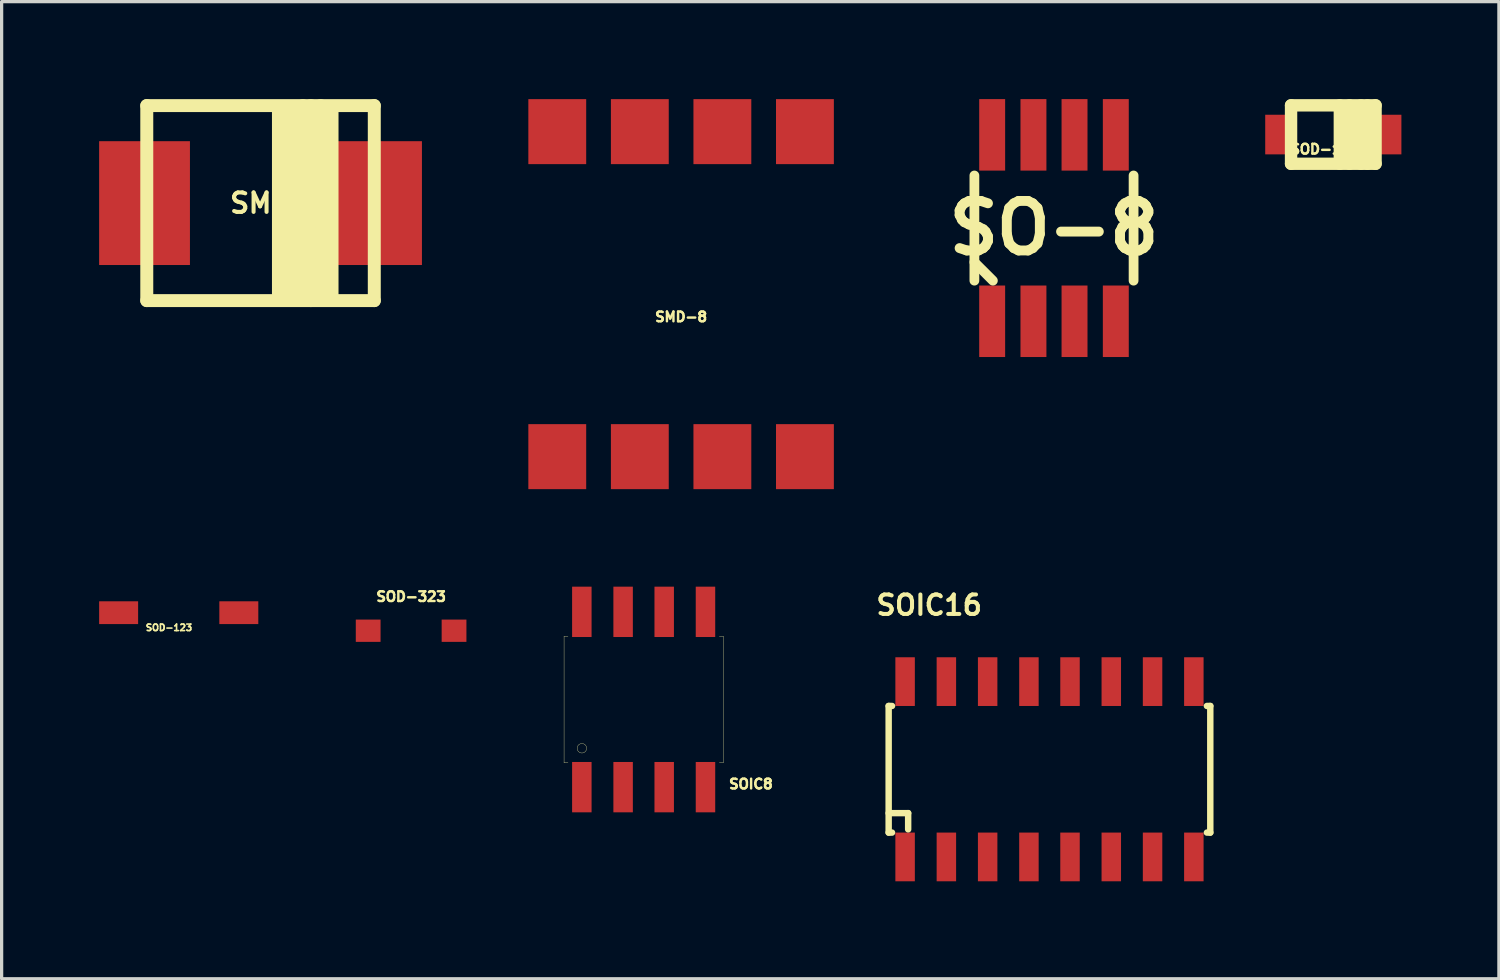
<source format=kicad_pcb>
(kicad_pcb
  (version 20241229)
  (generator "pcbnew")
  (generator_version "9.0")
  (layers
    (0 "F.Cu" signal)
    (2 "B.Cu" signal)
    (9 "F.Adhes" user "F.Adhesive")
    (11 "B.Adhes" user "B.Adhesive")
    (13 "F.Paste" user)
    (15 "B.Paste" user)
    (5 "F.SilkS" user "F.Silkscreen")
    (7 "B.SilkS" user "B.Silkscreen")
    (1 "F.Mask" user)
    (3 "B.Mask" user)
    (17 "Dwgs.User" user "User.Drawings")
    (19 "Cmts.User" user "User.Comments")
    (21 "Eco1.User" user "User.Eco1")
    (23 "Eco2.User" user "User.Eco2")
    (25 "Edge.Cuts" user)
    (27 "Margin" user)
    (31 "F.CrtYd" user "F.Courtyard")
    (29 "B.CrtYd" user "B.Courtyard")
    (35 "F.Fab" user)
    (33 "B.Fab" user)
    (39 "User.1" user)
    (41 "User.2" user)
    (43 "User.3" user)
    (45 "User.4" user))
  (footprint "SMC"
    (layer "F.Cu")
    (at 4.966 3.199)
    (property "Reference" "SMC" (at 0 0 0) (layer "F.SilkS") (effects (font (size 0.599 0.599) (thickness 0.124))))
    (attr through_hole)
    (fp_line (start -3.5 -3) (end 3.5 -3) (stroke (width 0.399) (type solid)) (layer "F.SilkS"))
    (fp_line (start -3.5 3) (end -3.5 -3) (stroke (width 0.399) (type solid)) (layer "F.SilkS"))
    (fp_line (start 0.551 2.949) (end 0.551 -2.949) (stroke (width 0.399) (type solid)) (layer "F.SilkS"))
    (fp_line (start 0.8 -2.949) (end 0.851 2.799) (stroke (width 0.399) (type solid)) (layer "F.SilkS"))
    (fp_line (start 1.151 -2.949) (end 1.151 2.85) (stroke (width 0.399) (type solid)) (layer "F.SilkS"))
    (fp_line (start 1.3 -3) (end 1.3 2.85) (stroke (width 0.399) (type solid)) (layer "F.SilkS"))
    (fp_line (start 1.549 3) (end 1.549 -3) (stroke (width 0.399) (type solid)) (layer "F.SilkS"))
    (fp_line (start 1.849 -3) (end 1.9 2.901) (stroke (width 0.399) (type solid)) (layer "F.SilkS"))
    (fp_line (start 2.2 -2.949) (end 2.2 2.949) (stroke (width 0.399) (type solid)) (layer "F.SilkS"))
    (fp_line (start 3.5 -3) (end 3.5 3) (stroke (width 0.399) (type solid)) (layer "F.SilkS"))
    (fp_line (start 3.5 3) (end -3.5 3) (stroke (width 0.399) (type solid)) (layer "F.SilkS"))
    (pad "1" smd rect (at -3.569 0) (size 2.794 3.81) (layers "F.Cu" "F.Mask" "F.Paste"))
    (pad "2" smd rect (at 3.569 0) (size 2.794 3.81) (layers "F.Cu" "F.Mask" "F.Paste")))
  (footprint "SOD-323"
    (layer "F.Cu")
    (at 9.599 16.356)
    (property "Reference" "SOD-323" (at 0 -1.049 0) (layer "F.SilkS") (effects (font (size 0.3 0.3) (thickness 0.076))))
    (attr through_hole)
    (fp_line (start -0.899 -0.701) (end 0.899 -0.701) (stroke (width 0.001) (type solid)) (layer "F.SilkS"))
    (fp_line (start -0.899 0.701) (end -0.899 -0.701) (stroke (width 0.001) (type solid)) (layer "F.SilkS"))
    (fp_line (start 0.45 -0.701) (end 0.45 0.701) (stroke (width 0.001) (type solid)) (layer "F.SilkS"))
    (fp_line (start 0.551 0.701) (end 0.551 -0.701) (stroke (width 0.001) (type solid)) (layer "F.SilkS"))
    (fp_line (start 0.65 -0.701) (end 0.65 0.701) (stroke (width 0.001) (type solid)) (layer "F.SilkS"))
    (fp_line (start 0.749 0.701) (end 0.749 -0.701) (stroke (width 0.001) (type solid)) (layer "F.SilkS"))
    (fp_line (start 0.851 -0.701) (end 0.851 0.701) (stroke (width 0.001) (type solid)) (layer "F.SilkS"))
    (fp_line (start 0.899 -0.701) (end 0.899 0.701) (stroke (width 0.001) (type solid)) (layer "F.SilkS"))
    (fp_line (start 0.899 0.701) (end -0.899 0.701) (stroke (width 0.001) (type solid)) (layer "F.SilkS"))
    (pad "1" smd rect (at -1.321 0) (size 0.762 0.686) (layers "F.Cu" "F.Mask" "F.Paste"))
    (pad "2" smd rect (at 1.321 0) (size 0.762 0.686) (layers "F.Cu" "F.Mask" "F.Paste")))
  (footprint "SO-8"
    (layer "F.Cu")
    (at 29.379 3.967)
    (property "Reference" "SO-8" (at 0 0 0) (layer "F.SilkS") (effects (font (size 1.524 1.524) (thickness 0.305))))
    (attr through_hole)
    (fp_line (start -2.449 -1.618) (end -2.449 1.618) (stroke (width 0.3) (type solid)) (layer "F.SilkS"))
    (fp_line (start -2.449 1.049) (end -1.88 1.618) (stroke (width 0.3) (type solid)) (layer "F.SilkS"))
    (fp_line (start 2.449 -1.618) (end 2.449 1.618) (stroke (width 0.3) (type solid)) (layer "F.SilkS"))
    (pad "1" smd rect (at -1.902 2.868 180) (size 0.798 2.2) (layers "F.Cu" "F.Mask" "F.Paste"))
    (pad "2" smd rect (at -0.632 2.868 180) (size 0.798 2.2) (layers "F.Cu" "F.Mask" "F.Paste"))
    (pad "3" smd rect (at 0.632 2.868 180) (size 0.798 2.2) (layers "F.Cu" "F.Mask" "F.Paste"))
    (pad "4" smd rect (at 1.902 2.868 180) (size 0.798 2.2) (layers "F.Cu" "F.Mask" "F.Paste"))
    (pad "5" smd rect (at 1.902 -2.868) (size 0.798 2.2) (layers "F.Cu" "F.Mask" "F.Paste"))
    (pad "6" smd rect (at 0.632 -2.868) (size 0.798 2.2) (layers "F.Cu" "F.Mask" "F.Paste"))
    (pad "7" smd rect (at -0.632 -2.868) (size 0.798 2.2) (layers "F.Cu" "F.Mask" "F.Paste"))
    (pad "8" smd rect (at -1.902 -2.868) (size 0.798 2.2) (layers "F.Cu" "F.Mask" "F.Paste")))
  (footprint "SOD-123"
    (layer "F.Cu")
    (at 2.449 15.801)
    (property "Reference" "SOD-123" (at -0.3 0.46 0) (layer "F.SilkS") (effects (font (size 0.2 0.2) (thickness 0.05))))
    (attr smd)
    (fp_line (start -1.349 -0.8) (end 1.349 -0.8) (stroke (width 0.001) (type solid)) (layer "F.SilkS"))
    (fp_line (start -1.349 0.8) (end -1.349 -0.8) (stroke (width 0.001) (type solid)) (layer "F.SilkS"))
    (fp_line (start 0.3 -0.8) (end 0.3 0.8) (stroke (width 0.001) (type solid)) (layer "F.SilkS"))
    (fp_line (start 0.399 -0.8) (end 0.399 0.8) (stroke (width 0.001) (type solid)) (layer "F.SilkS"))
    (fp_line (start 0.5 0.8) (end 0.5 -0.8) (stroke (width 0.001) (type solid)) (layer "F.SilkS"))
    (fp_line (start 0.599 -0.8) (end 0.599 0.8) (stroke (width 0.001) (type solid)) (layer "F.SilkS"))
    (fp_line (start 0.701 0.8) (end 0.701 -0.8) (stroke (width 0.001) (type solid)) (layer "F.SilkS"))
    (fp_line (start 0.8 -0.8) (end 0.8 0.8) (stroke (width 0.001) (type solid)) (layer "F.SilkS"))
    (fp_line (start 0.899 0.8) (end 0.899 -0.8) (stroke (width 0.001) (type solid)) (layer "F.SilkS"))
    (fp_line (start 1.001 -0.8) (end 1.001 0.8) (stroke (width 0.001) (type solid)) (layer "F.SilkS"))
    (fp_line (start 1.1 0.8) (end 1.1 -0.8) (stroke (width 0.001) (type solid)) (layer "F.SilkS"))
    (fp_line (start 1.199 0.8) (end 1.199 -0.8) (stroke (width 0.001) (type solid)) (layer "F.SilkS"))
    (fp_line (start 1.3 -0.8) (end 1.3 0.749) (stroke (width 0.001) (type solid)) (layer "F.SilkS"))
    (fp_line (start 1.349 -0.8) (end 1.349 0.8) (stroke (width 0.001) (type solid)) (layer "F.SilkS"))
    (fp_line (start 1.349 0.8) (end -1.349 0.8) (stroke (width 0.001) (type solid)) (layer "F.SilkS"))
    (pad "1" smd rect (at -1.849 0) (size 1.199 0.701) (layers "F.Cu" "F.Mask" "F.Paste"))
    (pad "2" smd rect (at 1.849 0) (size 1.199 0.701) (layers "F.Cu" "F.Mask" "F.Paste")))
  (footprint "SOIC16"
    (layer "F.Cu")
    (at 29.24 20.619)
    (property "Reference" "SOIC16" (at -3.701 -5.05 0) (layer "F.SilkS") (effects (font (size 0.599 0.599) (thickness 0.124))))
    (attr through_hole)
    (fp_line (start -4.948 -1.948) (end -4.948 1.948) (stroke (width 0.198) (type solid)) (layer "F.SilkS"))
    (fp_line (start -4.948 -1.948) (end -4.844 -1.948) (stroke (width 0.198) (type solid)) (layer "F.SilkS"))
    (fp_line (start -4.948 1.349) (end -4.348 1.349) (stroke (width 0.198) (type solid)) (layer "F.SilkS"))
    (fp_line (start -4.948 1.948) (end -4.844 1.948) (stroke (width 0.198) (type solid)) (layer "F.SilkS"))
    (fp_line (start -4.348 1.349) (end -4.348 1.849) (stroke (width 0.198) (type solid)) (layer "F.SilkS"))
    (fp_line (start 4.844 -1.948) (end 4.948 -1.948) (stroke (width 0.198) (type solid)) (layer "F.SilkS"))
    (fp_line (start 4.844 1.948) (end 4.948 1.948) (stroke (width 0.198) (type solid)) (layer "F.SilkS"))
    (fp_line (start 4.948 -1.948) (end 4.948 1.948) (stroke (width 0.198) (type solid)) (layer "F.SilkS"))
    (pad "1" smd rect (at -4.442 2.697 180) (size 0.599 1.499) (layers "F.Cu" "F.Mask" "F.Paste"))
    (pad "2" smd rect (at -3.172 2.697 180) (size 0.599 1.499) (layers "F.Cu" "F.Mask" "F.Paste"))
    (pad "3" smd rect (at -1.902 2.697 180) (size 0.599 1.499) (layers "F.Cu" "F.Mask" "F.Paste"))
    (pad "4" smd rect (at -0.632 2.697 180) (size 0.599 1.499) (layers "F.Cu" "F.Mask" "F.Paste"))
    (pad "5" smd rect (at 0.632 2.697 180) (size 0.599 1.499) (layers "F.Cu" "F.Mask" "F.Paste"))
    (pad "6" smd rect (at 1.902 2.697 180) (size 0.599 1.499) (layers "F.Cu" "F.Mask" "F.Paste"))
    (pad "7" smd rect (at 3.172 2.697 180) (size 0.599 1.499) (layers "F.Cu" "F.Mask" "F.Paste"))
    (pad "8" smd rect (at 4.442 2.697 180) (size 0.599 1.499) (layers "F.Cu" "F.Mask" "F.Paste"))
    (pad "9" smd rect (at 4.442 -2.697) (size 0.599 1.499) (layers "F.Cu" "F.Mask" "F.Paste"))
    (pad "10" smd rect (at 3.172 -2.697) (size 0.599 1.499) (layers "F.Cu" "F.Mask" "F.Paste"))
    (pad "11" smd rect (at 1.902 -2.697) (size 0.599 1.499) (layers "F.Cu" "F.Mask" "F.Paste"))
    (pad "12" smd rect (at 0.632 -2.697) (size 0.599 1.499) (layers "F.Cu" "F.Mask" "F.Paste"))
    (pad "13" smd rect (at -0.632 -2.697) (size 0.599 1.499) (layers "F.Cu" "F.Mask" "F.Paste"))
    (pad "14" smd rect (at -1.902 -2.697) (size 0.599 1.499) (layers "F.Cu" "F.Mask" "F.Paste"))
    (pad "15" smd rect (at -3.172 -2.697) (size 0.599 1.499) (layers "F.Cu" "F.Mask" "F.Paste"))
    (pad "16" smd rect (at -4.442 -2.697) (size 0.599 1.499) (layers "F.Cu" "F.Mask" "F.Paste")))
  (footprint "SMD-8"
    (layer "F.Cu")
    (at 17.906 6)
    (property "Reference" "SMD-8" (at 0 0.7 0) (layer "F.SilkS") (effects (font (size 0.3 0.3) (thickness 0.075))))
    (attr through_hole)
    (fp_line (start -4.9 -3.4) (end 4.9 -3.4) (stroke (width 0.15) (type solid)) (layer "Eco2.User"))
    (fp_line (start -4.9 3.4) (end -4.9 -3.4) (stroke (width 0.15) (type solid)) (layer "Eco2.User"))
    (fp_line (start 4.2 -3) (end 4.2 -2.2) (stroke (width 0.15) (type solid)) (layer "Eco2.User"))
    (fp_line (start 4.2 -2.2) (end 4.9 -2.2) (stroke (width 0.15) (type solid)) (layer "Eco2.User"))
    (fp_line (start 4.9 -3.4) (end 4.9 3.4) (stroke (width 0.15) (type solid)) (layer "Eco2.User"))
    (fp_line (start 4.9 -3) (end 4.2 -3) (stroke (width 0.15) (type solid)) (layer "Eco2.User"))
    (fp_line (start 4.9 3.4) (end -4.9 3.4) (stroke (width 0.15) (type solid)) (layer "Eco2.User"))
    (pad "1" smd rect (at 3.81 -5) (size 1.78 2) (layers "F.Cu" "F.Mask" "F.Paste"))
    (pad "2" smd rect (at 1.27 -5) (size 1.78 2) (layers "F.Cu" "F.Mask" "F.Paste"))
    (pad "3" smd rect (at -1.27 -5) (size 1.78 2) (layers "F.Cu" "F.Mask" "F.Paste"))
    (pad "4" smd rect (at -3.81 -5) (size 1.78 2) (layers "F.Cu" "F.Mask" "F.Paste"))
    (pad "5" smd rect (at -3.81 5) (size 1.78 2) (layers "F.Cu" "F.Mask" "F.Paste"))
    (pad "6" smd rect (at -1.27 5) (size 1.78 2) (layers "F.Cu" "F.Mask" "F.Paste"))
    (pad "7" smd rect (at 1.27 5) (size 1.78 2) (layers "F.Cu" "F.Mask" "F.Paste"))
    (pad "8" smd rect (at 3.81 5) (size 1.78 2) (layers "F.Cu" "F.Mask" "F.Paste")))
  (footprint "SOIC8"
    (layer "F.Cu")
    (at 16.754 18.472)
    (property "Reference" "SOIC8" (at 3.299 2.601 0) (layer "F.SilkS") (effects (font (size 0.3 0.3) (thickness 0.076))))
    (attr through_hole)
    (fp_line (start -2.449 -1.948) (end -2.449 1.948) (stroke (width 0.01) (type solid)) (layer "F.SilkS"))
    (fp_line (start -2.449 -1.948) (end -2.329 -1.948) (stroke (width 0.01) (type solid)) (layer "F.SilkS"))
    (fp_line (start -2.449 1.948) (end -2.329 1.948) (stroke (width 0.01) (type solid)) (layer "F.SilkS"))
    (fp_line (start 2.329 -1.948) (end 2.449 -1.948) (stroke (width 0.01) (type solid)) (layer "F.SilkS"))
    (fp_line (start 2.329 1.948) (end 2.449 1.948) (stroke (width 0.01) (type solid)) (layer "F.SilkS"))
    (fp_line (start 2.449 -1.948) (end 2.449 1.948) (stroke (width 0.01) (type solid)) (layer "F.SilkS"))
    (fp_circle (center -1.9 1.501) (end -1.826 1.626) (stroke (width 0.01) (type solid)) (fill no) (layer "F.SilkS"))
    (pad "1" smd rect (at -1.902 2.697 180) (size 0.599 1.549) (layers "F.Cu" "F.Mask" "F.Paste"))
    (pad "2" smd rect (at -0.632 2.697 180) (size 0.599 1.549) (layers "F.Cu" "F.Mask" "F.Paste"))
    (pad "3" smd rect (at 0.632 2.697 180) (size 0.599 1.549) (layers "F.Cu" "F.Mask" "F.Paste"))
    (pad "4" smd rect (at 1.902 2.697 180) (size 0.599 1.549) (layers "F.Cu" "F.Mask" "F.Paste"))
    (pad "5" smd rect (at 1.902 -2.697) (size 0.599 1.549) (layers "F.Cu" "F.Mask" "F.Paste"))
    (pad "6" smd rect (at 0.632 -2.697) (size 0.599 1.549) (layers "F.Cu" "F.Mask" "F.Paste"))
    (pad "7" smd rect (at -0.632 -2.697) (size 0.599 1.549) (layers "F.Cu" "F.Mask" "F.Paste"))
    (pad "8" smd rect (at -1.902 -2.697) (size 0.599 1.549) (layers "F.Cu" "F.Mask" "F.Paste")))
  (footprint "SOD-123FL"
    (layer "F.Cu")
    (at 37.973 1.09)
    (property "Reference" "SOD-123FL" (at 0 0.45 0) (layer "F.SilkS") (effects (font (size 0.3 0.3) (thickness 0.076))))
    (attr through_hole)
    (fp_line (start -1.3 -0.899) (end 1.3 -0.899) (stroke (width 0.381) (type solid)) (layer "F.SilkS"))
    (fp_line (start -1.3 0.899) (end -1.3 -0.899) (stroke (width 0.381) (type solid)) (layer "F.SilkS"))
    (fp_line (start 0.201 0.899) (end 0.201 -0.899) (stroke (width 0.381) (type solid)) (layer "F.SilkS"))
    (fp_line (start 0.5 -0.899) (end 0.5 0.899) (stroke (width 0.381) (type solid)) (layer "F.SilkS"))
    (fp_line (start 0.851 0.899) (end 0.851 -0.899) (stroke (width 0.381) (type solid)) (layer "F.SilkS"))
    (fp_line (start 1.049 -0.899) (end 1.049 0.899) (stroke (width 0.381) (type solid)) (layer "F.SilkS"))
    (fp_line (start 1.3 -0.899) (end 1.3 0.899) (stroke (width 0.381) (type solid)) (layer "F.SilkS"))
    (fp_line (start 1.3 0.899) (end -1.3 0.899) (stroke (width 0.381) (type solid)) (layer "F.SilkS"))
    (pad "1" smd rect (at -1.638 0) (size 0.914 1.219) (layers "F.Cu" "F.Mask" "F.Paste"))
    (pad "2" smd rect (at 1.638 0) (size 0.914 1.219) (layers "F.Cu" "F.Mask" "F.Paste")))
  (gr_rect
    (start -3 -3)
    (end 43.068 27.065)
    (stroke (width 0.1) (type default))
    (fill no)
    (layer "Edge.Cuts")))
</source>
